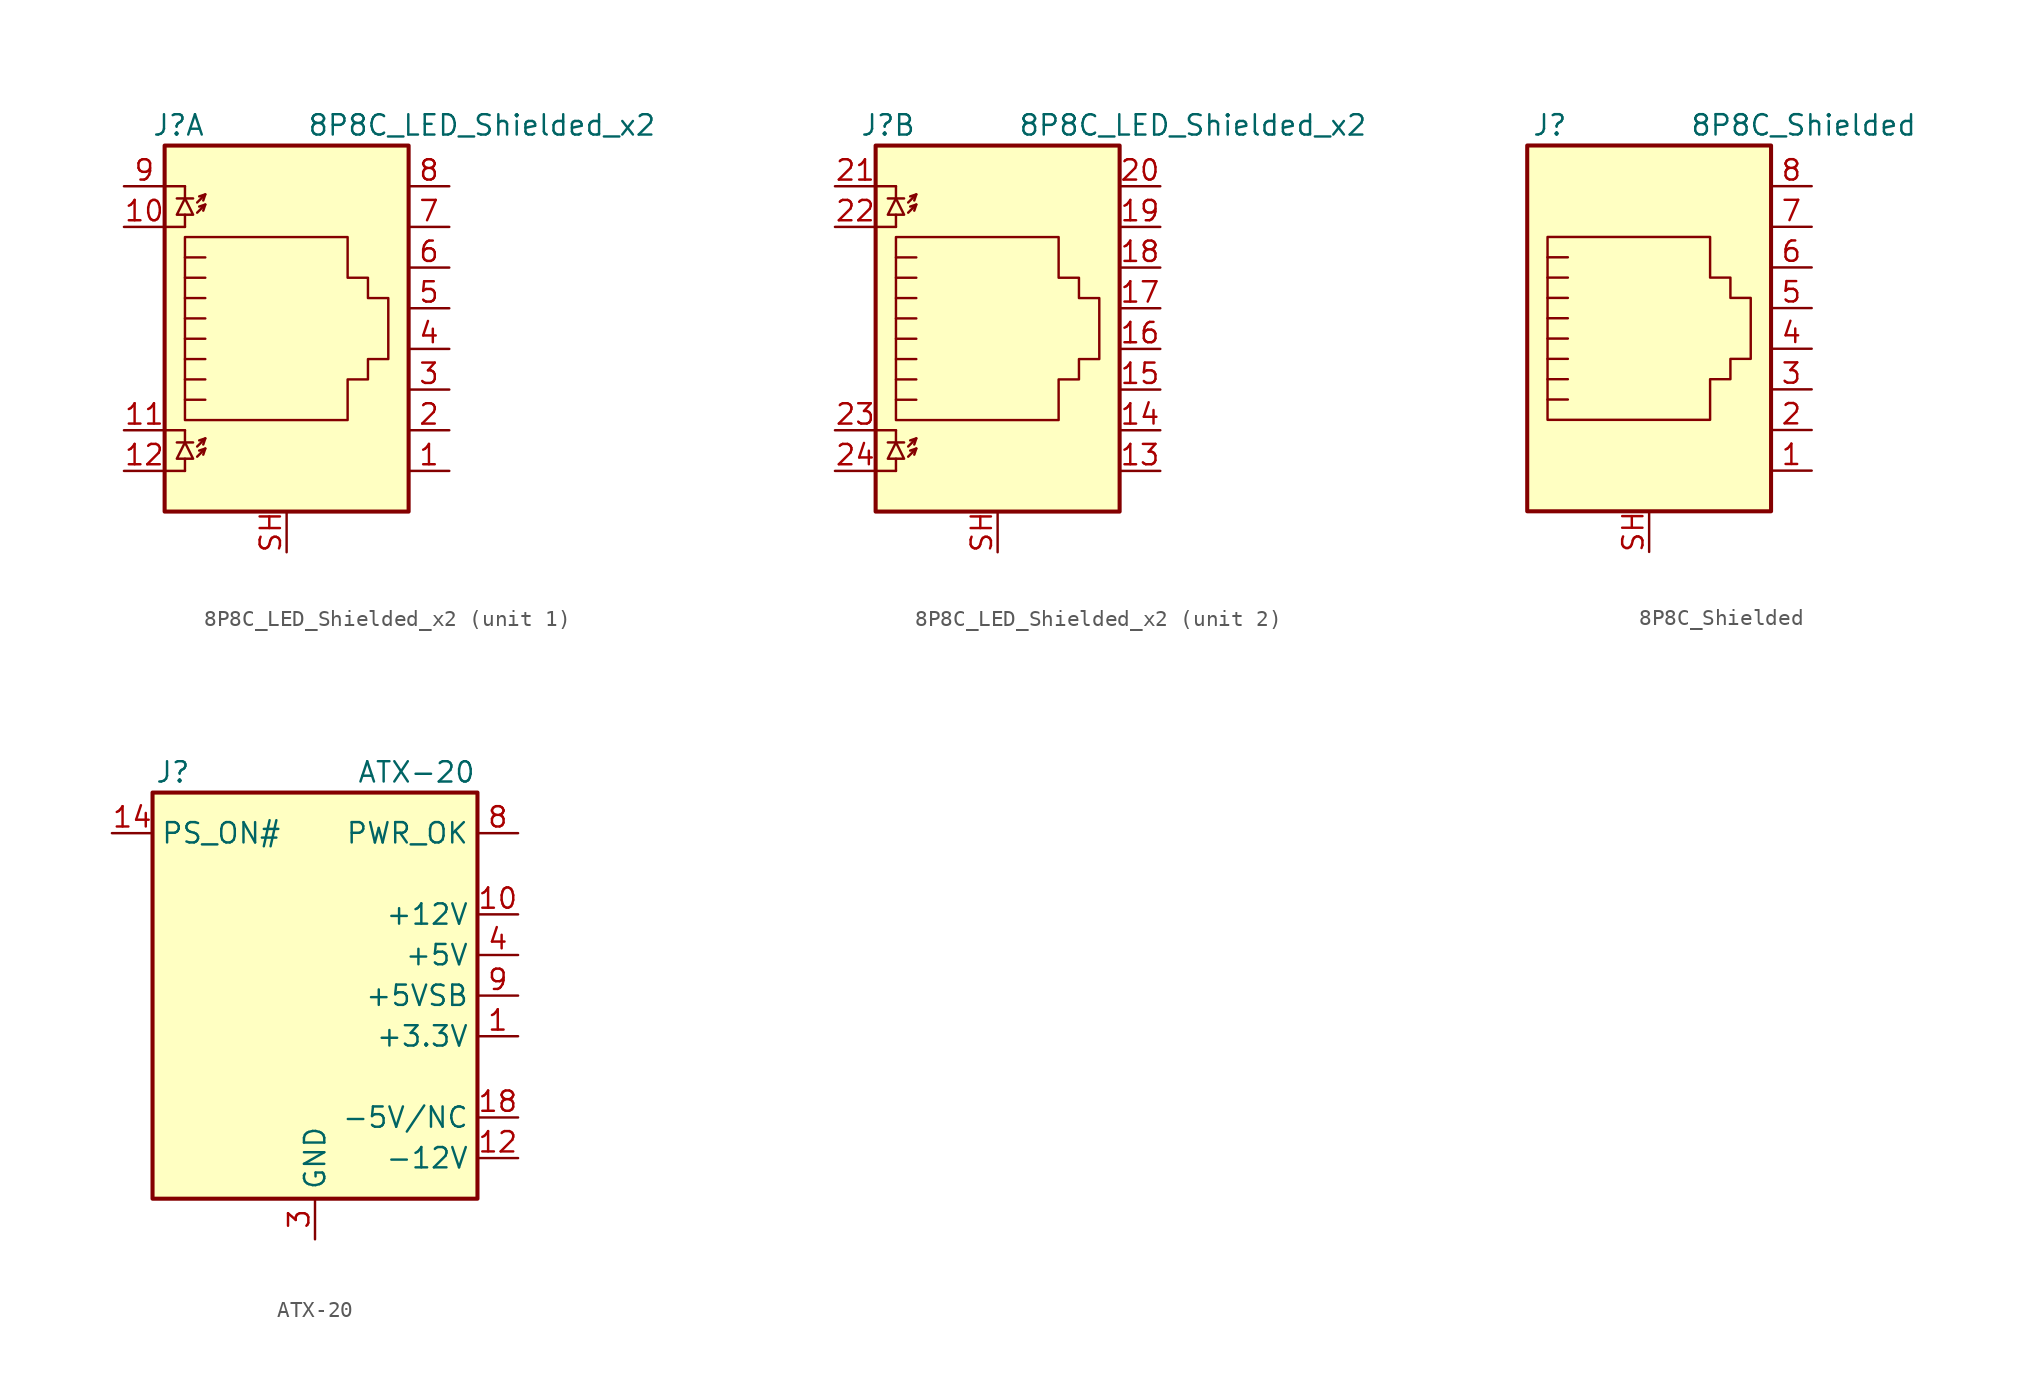
<source format=kicad_sym>
(kicad_symbol_lib
  (version 20201005)
  (generator kicad_symbol_editor)
  (symbol "Connector:8P8C_LED_Shielded_x2"
    (property "Reference" "J"
      (at -5.08 13.97 0)
      (effects (font (size 1.27 1.27)) (justify right)))
    (property "Value" "8P8C_LED_Shielded_x2"
      (at 1.27 13.97 0)
      (effects (font (size 1.27 1.27)) (justify left)))
    (symbol "8P8C_LED_Shielded_x2_0_1"
      (rectangle (start 7.62 12.7) (end -7.62 -10.16) (stroke (width 0.254)) (fill (type background)))
      (polyline (pts (xy -7.62 -7.62) (xy -6.35 -7.62)) (stroke (width 0)) (fill (type none)))
      (polyline (pts (xy -7.62 -5.08) (xy -6.35 -5.08)) (stroke (width 0)) (fill (type none)))
      (polyline (pts (xy -7.62 7.62) (xy -6.35 7.62)) (stroke (width 0)) (fill (type none)))
      (polyline (pts (xy -7.62 10.16) (xy -6.35 10.16)) (stroke (width 0)) (fill (type none)))
      (polyline (pts (xy -6.858 -5.842) (xy -5.842 -5.842)) (stroke (width 0)) (fill (type none)))
      (polyline (pts (xy -6.858 9.398) (xy -5.842 9.398)) (stroke (width 0)) (fill (type none)))
      (polyline (pts (xy -6.35 -7.62) (xy -6.35 -6.858)) (stroke (width 0)) (fill (type none)))
      (polyline (pts (xy -6.35 -5.08) (xy -6.35 -5.842)) (stroke (width 0)) (fill (type none)))
      (polyline (pts (xy -6.35 7.62) (xy -6.35 8.382)) (stroke (width 0)) (fill (type none)))
      (polyline (pts (xy -6.35 10.16) (xy -6.35 9.398)) (stroke (width 0)) (fill (type none)))
      (polyline (pts (xy -5.08 -6.223) (xy -5.207 -6.604)) (stroke (width 0)) (fill (type none)))
      (polyline (pts (xy -5.08 -5.588) (xy -5.207 -5.969)) (stroke (width 0)) (fill (type none)))
      (polyline (pts (xy -5.08 4.445) (xy -6.35 4.445)) (stroke (width 0)) (fill (type none)))
      (polyline (pts (xy -5.08 5.715) (xy -6.35 5.715)) (stroke (width 0)) (fill (type none)))
      (polyline (pts (xy -5.08 9.017) (xy -5.207 8.636)) (stroke (width 0)) (fill (type none)))
      (polyline (pts (xy -5.08 9.652) (xy -5.207 9.271)) (stroke (width 0)) (fill (type none)))
      (polyline (pts (xy -6.35 -3.175) (xy -5.08 -3.175) (xy -5.08 -3.175)) (stroke (width 0)) (fill (type none)))
      (polyline (pts (xy -6.35 -1.905) (xy -5.08 -1.905) (xy -5.08 -1.905)) (stroke (width 0)) (fill (type none)))
      (polyline (pts (xy -6.35 -0.635) (xy -5.08 -0.635) (xy -5.08 -0.635)) (stroke (width 0)) (fill (type none)))
      (polyline (pts (xy -6.35 0.635) (xy -5.08 0.635) (xy -5.08 0.635)) (stroke (width 0)) (fill (type none)))
      (polyline (pts (xy -6.35 1.905) (xy -5.08 1.905) (xy -5.08 1.905)) (stroke (width 0)) (fill (type none)))
      (polyline (pts (xy -5.588 -6.731) (xy -5.08 -6.223) (xy -5.461 -6.35)) (stroke (width 0)) (fill (type none)))
      (polyline (pts (xy -5.588 -6.096) (xy -5.08 -5.588) (xy -5.461 -5.715)) (stroke (width 0)) (fill (type none)))
      (polyline (pts (xy -5.588 8.509) (xy -5.08 9.017) (xy -5.461 8.89)) (stroke (width 0)) (fill (type none)))
      (polyline (pts (xy -5.588 9.144) (xy -5.08 9.652) (xy -5.461 9.525)) (stroke (width 0)) (fill (type none)))
      (polyline (pts (xy -5.08 3.175) (xy -6.35 3.175) (xy -6.35 3.175)) (stroke (width 0)) (fill (type none)))
      (polyline (pts (xy -6.35 -5.842) (xy -6.858 -6.858) (xy -5.842 -6.858) (xy -6.35 -5.842)) (stroke (width 0)) (fill (type none)))
      (polyline (pts (xy -6.35 9.398) (xy -6.858 8.382) (xy -5.842 8.382) (xy -6.35 9.398)) (stroke (width 0)) (fill (type none)))
      (polyline (pts (xy -6.35 -4.445) (xy -6.35 6.985) (xy 3.81 6.985) (xy 3.81 4.445) (xy 5.08 4.445) (xy 5.08 3.175) (xy 6.35 3.175) (xy 6.35 -0.635) (xy 5.08 -0.635) (xy 5.08 -1.905) (xy 3.81 -1.905) (xy 3.81 -4.445) (xy -6.35 -4.445) (xy -6.35 -4.445)) (stroke (width 0)) (fill (type none))))
    (symbol "8P8C_LED_Shielded_x2_1_1"
      (pin passive line (at 10.16 -7.62 180) (length 2.54) (name "~" (effects (font (size 1.27 1.27)))) (number "1" (effects (font (size 1.27 1.27)))))
      (pin passive line (at -10.16 7.62 0) (length 2.54) (name "~" (effects (font (size 1.27 1.27)))) (number "10" (effects (font (size 1.27 1.27)))))
      (pin passive line (at -10.16 -5.08 0) (length 2.54) (name "~" (effects (font (size 1.27 1.27)))) (number "11" (effects (font (size 1.27 1.27)))))
      (pin passive line (at -10.16 -7.62 0) (length 2.54) (name "~" (effects (font (size 1.27 1.27)))) (number "12" (effects (font (size 1.27 1.27)))))
      (pin passive line (at 10.16 -5.08 180) (length 2.54) (name "~" (effects (font (size 1.27 1.27)))) (number "2" (effects (font (size 1.27 1.27)))))
      (pin passive line (at 10.16 -2.54 180) (length 2.54) (name "~" (effects (font (size 1.27 1.27)))) (number "3" (effects (font (size 1.27 1.27)))))
      (pin passive line (at 10.16 0 180) (length 2.54) (name "~" (effects (font (size 1.27 1.27)))) (number "4" (effects (font (size 1.27 1.27)))))
      (pin passive line (at 10.16 2.54 180) (length 2.54) (name "~" (effects (font (size 1.27 1.27)))) (number "5" (effects (font (size 1.27 1.27)))))
      (pin passive line (at 10.16 5.08 180) (length 2.54) (name "~" (effects (font (size 1.27 1.27)))) (number "6" (effects (font (size 1.27 1.27)))))
      (pin passive line (at 10.16 7.62 180) (length 2.54) (name "~" (effects (font (size 1.27 1.27)))) (number "7" (effects (font (size 1.27 1.27)))))
      (pin passive line (at 10.16 10.16 180) (length 2.54) (name "~" (effects (font (size 1.27 1.27)))) (number "8" (effects (font (size 1.27 1.27)))))
      (pin passive line (at -10.16 10.16 0) (length 2.54) (name "~" (effects (font (size 1.27 1.27)))) (number "9" (effects (font (size 1.27 1.27)))))
      (pin passive line (at 0 -12.7 90) (length 2.54) (name "~" (effects (font (size 1.27 1.27)))) (number "SH" (effects (font (size 1.27 1.27))))))
    (symbol "8P8C_LED_Shielded_x2_2_1"
      (pin passive line (at 10.16 -7.62 180) (length 2.54) (name "~" (effects (font (size 1.27 1.27)))) (number "13" (effects (font (size 1.27 1.27)))))
      (pin passive line (at 10.16 -5.08 180) (length 2.54) (name "~" (effects (font (size 1.27 1.27)))) (number "14" (effects (font (size 1.27 1.27)))))
      (pin passive line (at 10.16 -2.54 180) (length 2.54) (name "~" (effects (font (size 1.27 1.27)))) (number "15" (effects (font (size 1.27 1.27)))))
      (pin passive line (at 10.16 0 180) (length 2.54) (name "~" (effects (font (size 1.27 1.27)))) (number "16" (effects (font (size 1.27 1.27)))))
      (pin passive line (at 10.16 2.54 180) (length 2.54) (name "~" (effects (font (size 1.27 1.27)))) (number "17" (effects (font (size 1.27 1.27)))))
      (pin passive line (at 10.16 5.08 180) (length 2.54) (name "~" (effects (font (size 1.27 1.27)))) (number "18" (effects (font (size 1.27 1.27)))))
      (pin passive line (at 10.16 7.62 180) (length 2.54) (name "~" (effects (font (size 1.27 1.27)))) (number "19" (effects (font (size 1.27 1.27)))))
      (pin passive line (at 10.16 10.16 180) (length 2.54) (name "~" (effects (font (size 1.27 1.27)))) (number "20" (effects (font (size 1.27 1.27)))))
      (pin passive line (at -10.16 10.16 0) (length 2.54) (name "~" (effects (font (size 1.27 1.27)))) (number "21" (effects (font (size 1.27 1.27)))))
      (pin passive line (at -10.16 7.62 0) (length 2.54) (name "~" (effects (font (size 1.27 1.27)))) (number "22" (effects (font (size 1.27 1.27)))))
      (pin passive line (at -10.16 -5.08 0) (length 2.54) (name "~" (effects (font (size 1.27 1.27)))) (number "23" (effects (font (size 1.27 1.27)))))
      (pin passive line (at -10.16 -7.62 0) (length 2.54) (name "~" (effects (font (size 1.27 1.27)))) (number "24" (effects (font (size 1.27 1.27)))))
      (pin passive line (at 0 -12.7 90) (length 2.54) (name "~" (effects (font (size 1.27 1.27)))) (number "SH" (effects (font (size 1.27 1.27)))))))
  (symbol "Connector:8P8C_Shielded"
    (pin_names
      (offset 1.016))
    (property "Reference" "J"
      (at -5.08 13.97 0)
      (effects (font (size 1.27 1.27)) (justify right)))
    (property "Value" "8P8C_Shielded"
      (at 2.54 13.97 0)
      (effects (font (size 1.27 1.27)) (justify left)))
    (symbol "8P8C_Shielded_0_1"
      (rectangle (start 7.62 12.7) (end -7.62 -10.16) (stroke (width 0.254)) (fill (type background)))
      (polyline (pts (xy -5.08 4.445) (xy -6.35 4.445)) (stroke (width 0)) (fill (type none)))
      (polyline (pts (xy -5.08 5.715) (xy -6.35 5.715)) (stroke (width 0)) (fill (type none)))
      (polyline (pts (xy -6.35 -3.175) (xy -5.08 -3.175) (xy -5.08 -3.175)) (stroke (width 0)) (fill (type none)))
      (polyline (pts (xy -6.35 -1.905) (xy -5.08 -1.905) (xy -5.08 -1.905)) (stroke (width 0)) (fill (type none)))
      (polyline (pts (xy -6.35 -0.635) (xy -5.08 -0.635) (xy -5.08 -0.635)) (stroke (width 0)) (fill (type none)))
      (polyline (pts (xy -6.35 0.635) (xy -5.08 0.635) (xy -5.08 0.635)) (stroke (width 0)) (fill (type none)))
      (polyline (pts (xy -6.35 1.905) (xy -5.08 1.905) (xy -5.08 1.905)) (stroke (width 0)) (fill (type none)))
      (polyline (pts (xy -5.08 3.175) (xy -6.35 3.175) (xy -6.35 3.175)) (stroke (width 0)) (fill (type none)))
      (polyline (pts (xy -6.35 -4.445) (xy -6.35 6.985) (xy 3.81 6.985) (xy 3.81 4.445) (xy 5.08 4.445) (xy 5.08 3.175) (xy 6.35 3.175) (xy 6.35 -0.635) (xy 5.08 -0.635) (xy 5.08 -1.905) (xy 3.81 -1.905) (xy 3.81 -4.445) (xy -6.35 -4.445) (xy -6.35 -4.445)) (stroke (width 0)) (fill (type none))))
    (symbol "8P8C_Shielded_1_1"
      (pin passive line (at 10.16 -7.62 180) (length 2.54) (name "~" (effects (font (size 1.27 1.27)))) (number "1" (effects (font (size 1.27 1.27)))))
      (pin passive line (at 10.16 -5.08 180) (length 2.54) (name "~" (effects (font (size 1.27 1.27)))) (number "2" (effects (font (size 1.27 1.27)))))
      (pin passive line (at 10.16 -2.54 180) (length 2.54) (name "~" (effects (font (size 1.27 1.27)))) (number "3" (effects (font (size 1.27 1.27)))))
      (pin passive line (at 10.16 0 180) (length 2.54) (name "~" (effects (font (size 1.27 1.27)))) (number "4" (effects (font (size 1.27 1.27)))))
      (pin passive line (at 10.16 2.54 180) (length 2.54) (name "~" (effects (font (size 1.27 1.27)))) (number "5" (effects (font (size 1.27 1.27)))))
      (pin passive line (at 10.16 5.08 180) (length 2.54) (name "~" (effects (font (size 1.27 1.27)))) (number "6" (effects (font (size 1.27 1.27)))))
      (pin passive line (at 10.16 7.62 180) (length 2.54) (name "~" (effects (font (size 1.27 1.27)))) (number "7" (effects (font (size 1.27 1.27)))))
      (pin passive line (at 10.16 10.16 180) (length 2.54) (name "~" (effects (font (size 1.27 1.27)))) (number "8" (effects (font (size 1.27 1.27)))))
      (pin passive line (at 0 -12.7 90) (length 2.54) (name "~" (effects (font (size 1.27 1.27)))) (number "SH" (effects (font (size 1.27 1.27)))))))
  (symbol "Connector:ATX-20"
    (property "Reference" "J"
      (at -8.89 13.97 0)
      (effects (font (size 1.27 1.27))))
    (property "Value" "ATX-20"
      (at 6.35 13.97 0)
      (effects (font (size 1.27 1.27))))
    (symbol "ATX-20_0_1"
      (rectangle (start -10.16 12.7) (end 10.16 -12.7) (stroke (width 0.254)) (fill (type background))))
    (symbol "ATX-20_1_1"
      (pin power_out line (at 12.7 -2.54 180) (length 2.54) (name "+3.3V" (effects (font (size 1.27 1.27)))) (number "1" (effects (font (size 1.27 1.27)))))
      (pin power_out line (at 12.7 5.08 180) (length 2.54) (name "+12V" (effects (font (size 1.27 1.27)))) (number "10" (effects (font (size 1.27 1.27)))))
      (pin passive line (at 12.7 -2.54 180) (length 2.54) hide (name "+3.3V" (effects (font (size 1.27 1.27)))) (number "11" (effects (font (size 1.27 1.27)))))
      (pin power_out line (at 12.7 -10.16 180) (length 2.54) (name "-12V" (effects (font (size 1.27 1.27)))) (number "12" (effects (font (size 1.27 1.27)))))
      (pin passive line (at 0 -15.24 90) (length 2.54) hide (name "GND" (effects (font (size 1.27 1.27)))) (number "13" (effects (font (size 1.27 1.27)))))
      (pin open_collector line (at -12.7 10.16 0) (length 2.54) (name "PS_ON#" (effects (font (size 1.27 1.27)))) (number "14" (effects (font (size 1.27 1.27)))))
      (pin passive line (at 0 -15.24 90) (length 2.54) hide (name "GND" (effects (font (size 1.27 1.27)))) (number "15" (effects (font (size 1.27 1.27)))))
      (pin passive line (at 0 -15.24 90) (length 2.54) hide (name "GND" (effects (font (size 1.27 1.27)))) (number "16" (effects (font (size 1.27 1.27)))))
      (pin passive line (at 0 -15.24 90) (length 2.54) hide (name "GND" (effects (font (size 1.27 1.27)))) (number "17" (effects (font (size 1.27 1.27)))))
      (pin power_out line (at 12.7 -7.62 180) (length 2.54) (name "-5V/NC" (effects (font (size 1.27 1.27)))) (number "18" (effects (font (size 1.27 1.27)))))
      (pin passive line (at 12.7 2.54 180) (length 2.54) hide (name "+5V" (effects (font (size 1.27 1.27)))) (number "19" (effects (font (size 1.27 1.27)))))
      (pin passive line (at 12.7 -2.54 180) (length 2.54) hide (name "+3.3V" (effects (font (size 1.27 1.27)))) (number "2" (effects (font (size 1.27 1.27)))))
      (pin passive line (at 12.7 2.54 180) (length 2.54) hide (name "+5V" (effects (font (size 1.27 1.27)))) (number "20" (effects (font (size 1.27 1.27)))))
      (pin power_out line (at 0 -15.24 90) (length 2.54) (name "GND" (effects (font (size 1.27 1.27)))) (number "3" (effects (font (size 1.27 1.27)))))
      (pin power_out line (at 12.7 2.54 180) (length 2.54) (name "+5V" (effects (font (size 1.27 1.27)))) (number "4" (effects (font (size 1.27 1.27)))))
      (pin passive line (at 0 -15.24 90) (length 2.54) hide (name "GND" (effects (font (size 1.27 1.27)))) (number "5" (effects (font (size 1.27 1.27)))))
      (pin passive line (at 12.7 2.54 180) (length 2.54) hide (name "+5V" (effects (font (size 1.27 1.27)))) (number "6" (effects (font (size 1.27 1.27)))))
      (pin passive line (at 0 -15.24 90) (length 2.54) hide (name "GND" (effects (font (size 1.27 1.27)))) (number "7" (effects (font (size 1.27 1.27)))))
      (pin output line (at 12.7 10.16 180) (length 2.54) (name "PWR_OK" (effects (font (size 1.27 1.27)))) (number "8" (effects (font (size 1.27 1.27)))))
      (pin power_out line (at 12.7 0 180) (length 2.54) (name "+5VSB" (effects (font (size 1.27 1.27)))) (number "9" (effects (font (size 1.27 1.27))))))))
</source>
